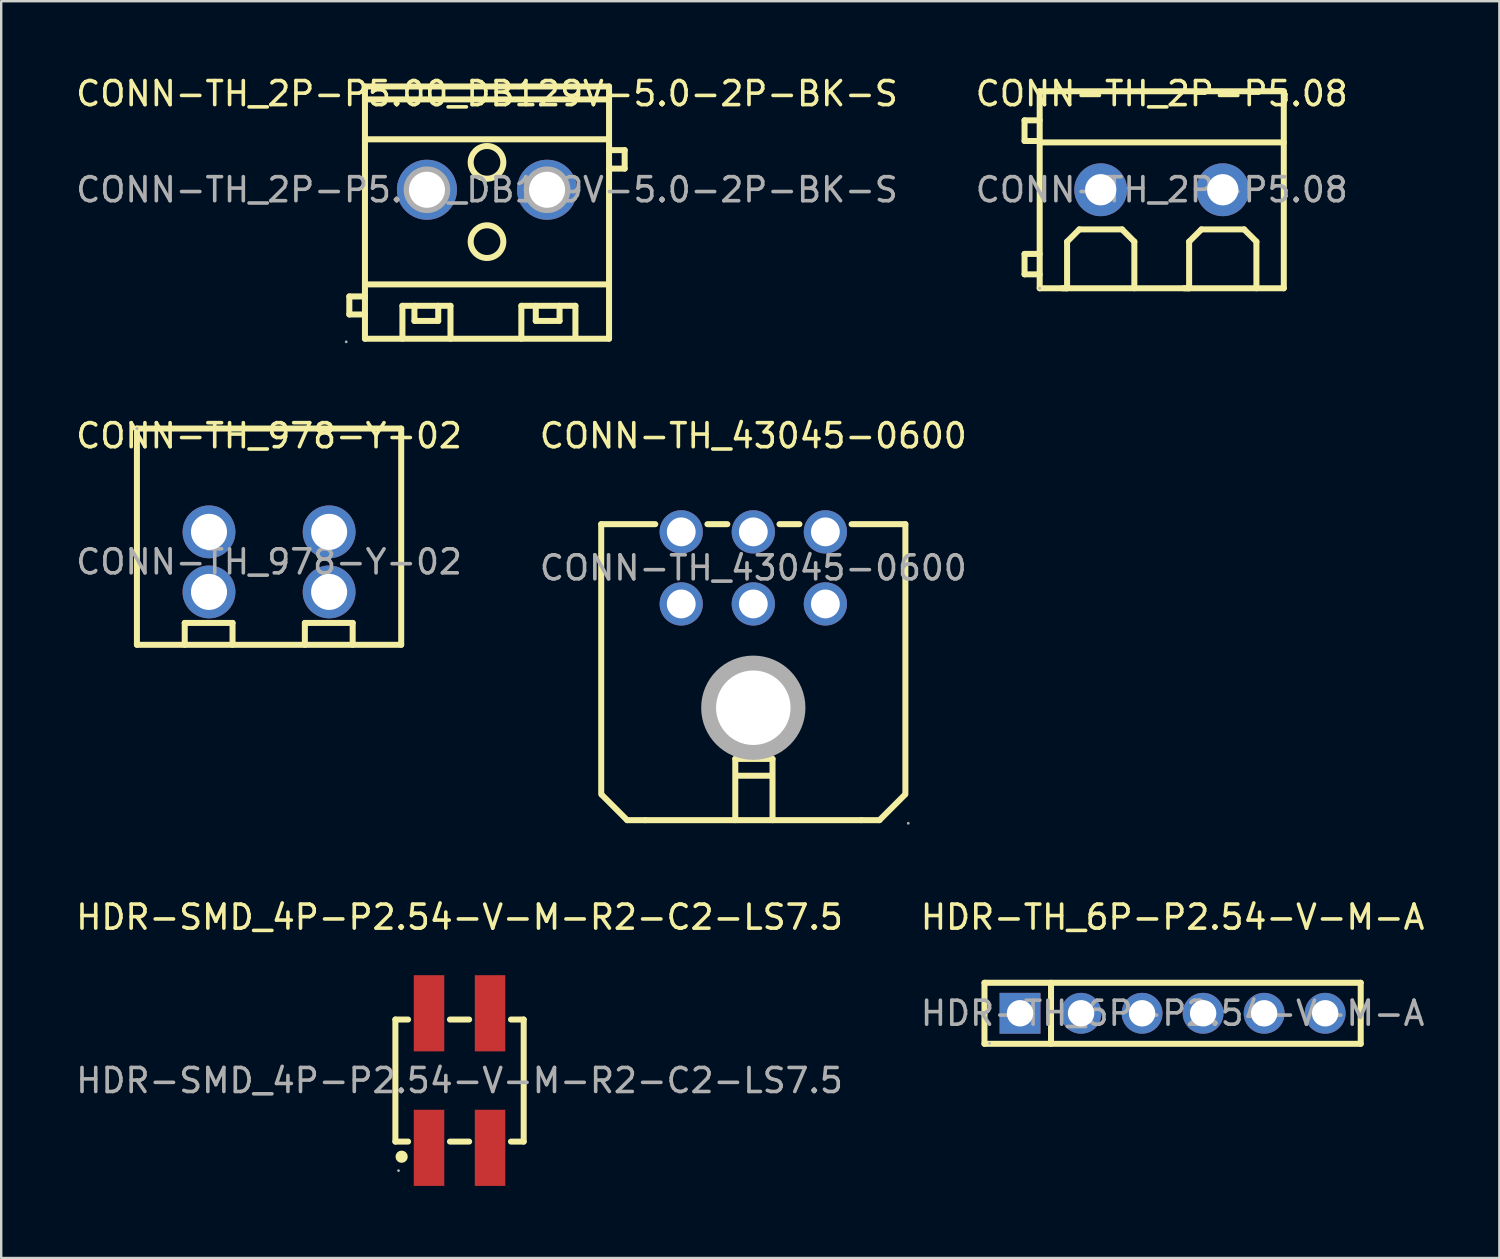
<source format=kicad_pcb>
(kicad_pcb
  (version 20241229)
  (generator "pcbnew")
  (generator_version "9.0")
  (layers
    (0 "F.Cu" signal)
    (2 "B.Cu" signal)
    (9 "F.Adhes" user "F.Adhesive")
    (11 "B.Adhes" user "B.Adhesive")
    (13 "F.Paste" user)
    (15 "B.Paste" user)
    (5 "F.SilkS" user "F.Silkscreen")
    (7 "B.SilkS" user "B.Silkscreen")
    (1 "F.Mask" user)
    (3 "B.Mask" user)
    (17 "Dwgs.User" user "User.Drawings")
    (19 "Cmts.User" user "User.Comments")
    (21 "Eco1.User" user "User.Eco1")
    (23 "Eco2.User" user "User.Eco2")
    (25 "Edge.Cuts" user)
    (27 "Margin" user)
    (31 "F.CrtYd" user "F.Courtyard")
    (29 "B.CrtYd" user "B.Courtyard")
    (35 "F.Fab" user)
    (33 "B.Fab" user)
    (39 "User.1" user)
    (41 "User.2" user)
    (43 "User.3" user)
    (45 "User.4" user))
  (footprint "CONN-TH_978-Y-02"
    (layer "F.Cu")
    (at 8.149 20.337)
    (property "Reference" "CONN-TH_978-Y-02" (at 0 -5.25 0) (layer "F.SilkS") (effects (font (size 1 1) (thickness 0.15))))
    (attr through_hole)
    (fp_line (start -5.5 -5.55) (end -5.5 3.45) (stroke (width 0.25) (type solid)) (layer "F.SilkS"))
    (fp_line (start -3.51 2.54) (end -1.52 2.54) (stroke (width 0.25) (type solid)) (layer "F.SilkS"))
    (fp_line (start -3.51 3.45) (end -3.51 2.54) (stroke (width 0.25) (type solid)) (layer "F.SilkS"))
    (fp_line (start -1.52 2.54) (end -1.52 3.45) (stroke (width 0.25) (type solid)) (layer "F.SilkS"))
    (fp_line (start 1.49 2.54) (end 3.48 2.54) (stroke (width 0.25) (type solid)) (layer "F.SilkS"))
    (fp_line (start 1.49 3.45) (end 1.49 2.54) (stroke (width 0.25) (type solid)) (layer "F.SilkS"))
    (fp_line (start 3.48 2.54) (end 3.48 3.45) (stroke (width 0.25) (type solid)) (layer "F.SilkS"))
    (fp_line (start 5.5 -5.55) (end -5.5 -5.55) (stroke (width 0.25) (type solid)) (layer "F.SilkS"))
    (fp_line (start 5.5 -5.55) (end 5.5 3.45) (stroke (width 0.25) (type solid)) (layer "F.SilkS"))
    (fp_line (start 5.5 3.45) (end -5.5 3.45) (stroke (width 0.25) (type solid)) (layer "F.SilkS"))
    (fp_circle (center -5.5 -5.55) (end -5.47 -5.55) (stroke (width 0.06) (type solid)) (fill no) (layer "F.Fab"))
    (fp_circle (center -2.5 -1.25) (end -2.25 -1.25) (stroke (width 0.5) (type solid)) (fill no) (layer "F.Fab"))
    (fp_circle (center -2.5 1.25) (end -2.25 1.25) (stroke (width 0.5) (type solid)) (fill no) (layer "F.Fab"))
    (fp_circle (center 2.5 -1.25) (end 2.75 -1.25) (stroke (width 0.5) (type solid)) (fill no) (layer "F.Fab"))
    (fp_circle (center 2.5 1.25) (end 2.75 1.25) (stroke (width 0.5) (type solid)) (fill no) (layer "F.Fab"))
    (fp_text user "${REFERENCE}" (at 0 0 0) (layer "F.Fab") (effects (font (size 1 1) (thickness 0.15))))
    (pad "1" thru_hole circle (at -2.5 -1.25) (size 2.2 2.2) (drill 1.5) (layers "*.Cu" "*.Mask"))
    (pad "1" thru_hole circle (at -2.5 1.25) (size 2.2 2.2) (drill 1.5) (layers "*.Cu" "*.Mask"))
    (pad "2" thru_hole circle (at 2.5 -1.25) (size 2.2 2.2) (drill 1.5) (layers "*.Cu" "*.Mask"))
    (pad "2" thru_hole circle (at 2.5 1.25) (size 2.2 2.2) (drill 1.5) (layers "*.Cu" "*.Mask")))
  (footprint "CONN-TH_2P-P5.08"
    (layer "F.Cu")
    (at 45.304 4.848)
    (property "Reference" "CONN-TH_2P-P5.08" (at 0 -4 0) (layer "F.SilkS") (effects (font (size 1 1) (thickness 0.15))))
    (attr through_hole)
    (fp_line (start -5.71 -2.89) (end -5.71 -2.03) (stroke (width 0.25) (type solid)) (layer "F.SilkS"))
    (fp_line (start -5.71 -2.03) (end -5.08 -2.03) (stroke (width 0.25) (type solid)) (layer "F.SilkS"))
    (fp_line (start -5.71 2.67) (end -5.71 3.52) (stroke (width 0.25) (type solid)) (layer "F.SilkS"))
    (fp_line (start -5.71 3.52) (end -5.08 3.52) (stroke (width 0.25) (type solid)) (layer "F.SilkS"))
    (fp_line (start -5.08 -4.1) (end -5.08 4.1) (stroke (width 0.25) (type solid)) (layer "F.SilkS"))
    (fp_line (start -5.08 -4.1) (end 5.08 -4.1) (stroke (width 0.25) (type solid)) (layer "F.SilkS"))
    (fp_line (start -5.08 -2.89) (end -5.71 -2.89) (stroke (width 0.25) (type solid)) (layer "F.SilkS"))
    (fp_line (start -5.08 -1.97) (end 5.08 -1.97) (stroke (width 0.25) (type solid)) (layer "F.SilkS"))
    (fp_line (start -5.08 2.67) (end -5.71 2.67) (stroke (width 0.25) (type solid)) (layer "F.SilkS"))
    (fp_line (start -5.08 4.1) (end 5.08 4.1) (stroke (width 0.25) (type solid)) (layer "F.SilkS"))
    (fp_line (start -4.15 4.1) (end -3.94 4.1) (stroke (width 0.25) (type solid)) (layer "F.SilkS"))
    (fp_line (start -3.94 2.16) (end -3.43 1.65) (stroke (width 0.25) (type solid)) (layer "F.SilkS"))
    (fp_line (start -3.94 4.1) (end -3.94 2.16) (stroke (width 0.25) (type solid)) (layer "F.SilkS"))
    (fp_line (start -3.43 1.65) (end -1.65 1.65) (stroke (width 0.25) (type solid)) (layer "F.SilkS"))
    (fp_line (start -1.65 1.65) (end -1.14 2.16) (stroke (width 0.25) (type solid)) (layer "F.SilkS"))
    (fp_line (start -1.14 2.16) (end -1.14 4.1) (stroke (width 0.25) (type solid)) (layer "F.SilkS"))
    (fp_line (start 0.93 4.1) (end 1.14 4.1) (stroke (width 0.25) (type solid)) (layer "F.SilkS"))
    (fp_line (start 1.14 2.16) (end 1.65 1.65) (stroke (width 0.25) (type solid)) (layer "F.SilkS"))
    (fp_line (start 1.14 4.1) (end 1.14 2.16) (stroke (width 0.25) (type solid)) (layer "F.SilkS"))
    (fp_line (start 1.65 1.65) (end 3.43 1.65) (stroke (width 0.25) (type solid)) (layer "F.SilkS"))
    (fp_line (start 3.43 1.65) (end 3.94 2.16) (stroke (width 0.25) (type solid)) (layer "F.SilkS"))
    (fp_line (start 3.94 2.16) (end 3.94 4.1) (stroke (width 0.25) (type solid)) (layer "F.SilkS"))
    (fp_line (start 5.08 -4.1) (end 5.08 4.1) (stroke (width 0.25) (type solid)) (layer "F.SilkS"))
    (fp_circle (center -5.08 4.1) (end -5.05 4.1) (stroke (width 0.06) (type solid)) (fill no) (layer "F.Fab"))
    (fp_text user "${REFERENCE}" (at 0 0 0) (layer "F.Fab") (effects (font (size 1 1) (thickness 0.15))))
    (pad "1" thru_hole circle (at -2.54 0) (size 2.2 2.2) (drill 1.3) (layers "*.Cu" "*.Mask"))
    (pad "2" thru_hole circle (at 2.54 0) (size 2.2 2.2) (drill 1.3) (layers "*.Cu" "*.Mask")))
  (footprint "HDR-SMD_4P-P2.54-V-M-R2-C2-LS7.5"
    (layer "F.Cu")
    (at 16.077 41.925)
    (property "Reference" "HDR-SMD_4P-P2.54-V-M-R2-C2-LS7.5" (at 0 -6.8 0) (layer "F.SilkS") (effects (font (size 1 1) (thickness 0.15))))
    (attr smd)
    (fp_line (start -2.67 -2.54) (end -2.67 2.54) (stroke (width 0.25) (type solid)) (layer "F.SilkS"))
    (fp_line (start -2.67 -2.54) (end -2.14 -2.54) (stroke (width 0.25) (type solid)) (layer "F.SilkS"))
    (fp_line (start -2.67 2.54) (end -2.14 2.54) (stroke (width 0.25) (type solid)) (layer "F.SilkS"))
    (fp_line (start -0.4 -2.54) (end 0.4 -2.54) (stroke (width 0.25) (type solid)) (layer "F.SilkS"))
    (fp_line (start -0.4 2.54) (end 0.4 2.54) (stroke (width 0.25) (type solid)) (layer "F.SilkS"))
    (fp_line (start 2.14 -2.54) (end 2.67 -2.54) (stroke (width 0.25) (type solid)) (layer "F.SilkS"))
    (fp_line (start 2.14 2.54) (end 2.67 2.54) (stroke (width 0.25) (type solid)) (layer "F.SilkS"))
    (fp_line (start 2.67 -2.54) (end 2.67 2.54) (stroke (width 0.25) (type solid)) (layer "F.SilkS"))
    (fp_circle (center -2.41 3.17) (end -2.28 3.17) (stroke (width 0.25) (type solid)) (fill no) (layer "F.SilkS"))
    (fp_circle (center -2.54 3.75) (end -2.51 3.75) (stroke (width 0.06) (type solid)) (fill no) (layer "F.Fab"))
    (fp_text user "${REFERENCE}" (at 0 0 0) (layer "F.Fab") (effects (font (size 1 1) (thickness 0.15))))
    (pad "1" smd rect (at -1.27 2.8) (size 1.27 3.17) (layers "F.Cu" "F.Mask" "F.Paste"))
    (pad "2" smd rect (at -1.27 -2.8) (size 1.27 3.17) (layers "F.Cu" "F.Mask" "F.Paste"))
    (pad "3" smd rect (at 1.27 2.8) (size 1.27 3.17) (layers "F.Cu" "F.Mask" "F.Paste"))
    (pad "4" smd rect (at 1.27 -2.8) (size 1.27 3.17) (layers "F.Cu" "F.Mask" "F.Paste")))
  (footprint "CONN-TH_43045-0600"
    (layer "F.Cu")
    (at 28.304 20.587)
    (property "Reference" "CONN-TH_43045-0600" (at 0 -5.5 0) (layer "F.SilkS") (effects (font (size 1 1) (thickness 0.15))))
    (attr through_hole)
    (fp_line (start -6.33 -1.82) (end -4.08 -1.82) (stroke (width 0.25) (type solid)) (layer "F.SilkS"))
    (fp_line (start -6.33 9.42) (end -6.33 -1.82) (stroke (width 0.25) (type solid)) (layer "F.SilkS"))
    (fp_line (start -6.3 9.45) (end -5.25 10.5) (stroke (width 0.25) (type solid)) (layer "F.SilkS"))
    (fp_line (start -5.25 10.5) (end -4.5 10.5) (stroke (width 0.25) (type solid)) (layer "F.SilkS"))
    (fp_line (start -4.5 10.5) (end 4.5 10.5) (stroke (width 0.25) (type solid)) (layer "F.SilkS"))
    (fp_line (start -1.91 -1.82) (end -1.08 -1.82) (stroke (width 0.25) (type solid)) (layer "F.SilkS"))
    (fp_line (start -0.75 7.95) (end -0.75 10.5) (stroke (width 0.25) (type solid)) (layer "F.SilkS"))
    (fp_line (start -0.75 7.95) (end 0.8 7.95) (stroke (width 0.25) (type solid)) (layer "F.SilkS"))
    (fp_line (start -0.7 8.65) (end 0.75 8.65) (stroke (width 0.25) (type solid)) (layer "F.SilkS"))
    (fp_line (start 0.8 7.95) (end 0.8 10.5) (stroke (width 0.25) (type solid)) (layer "F.SilkS"))
    (fp_line (start 1.09 -1.82) (end 1.92 -1.82) (stroke (width 0.25) (type solid)) (layer "F.SilkS"))
    (fp_line (start 4.09 -1.82) (end 6.33 -1.82) (stroke (width 0.25) (type solid)) (layer "F.SilkS"))
    (fp_line (start 5.25 10.5) (end 4.5 10.5) (stroke (width 0.25) (type solid)) (layer "F.SilkS"))
    (fp_line (start 6.3 9.45) (end 5.25 10.5) (stroke (width 0.25) (type solid)) (layer "F.SilkS"))
    (fp_line (start 6.33 9.42) (end 6.33 -1.82) (stroke (width 0.25) (type solid)) (layer "F.SilkS"))
    (fp_circle (center -3 -1.5) (end -2.75 -1.5) (stroke (width 0.5) (type solid)) (fill no) (layer "F.Fab"))
    (fp_circle (center -3 1.5) (end -2.75 1.5) (stroke (width 0.5) (type solid)) (fill no) (layer "F.Fab"))
    (fp_circle (center 0 -1.5) (end 0.25 -1.5) (stroke (width 0.5) (type solid)) (fill no) (layer "F.Fab"))
    (fp_circle (center 0 1.5) (end 0.25 1.5) (stroke (width 0.5) (type solid)) (fill no) (layer "F.Fab"))
    (fp_circle (center 0 5.82) (end 0.72 5.82) (stroke (width 1.45) (type solid)) (fill no) (layer "F.Fab"))
    (fp_circle (center 3 -1.5) (end 3.25 -1.5) (stroke (width 0.5) (type solid)) (fill no) (layer "F.Fab"))
    (fp_circle (center 3 1.5) (end 3.25 1.5) (stroke (width 0.5) (type solid)) (fill no) (layer "F.Fab"))
    (fp_circle (center 6.45 10.63) (end 6.48 10.63) (stroke (width 0.06) (type solid)) (fill no) (layer "F.Fab"))
    (fp_text user "${REFERENCE}" (at 0 0 0) (layer "F.Fab") (effects (font (size 1 1) (thickness 0.15))))
    (pad "" thru_hole circle (at 0 5.82) (size 3.1 3.1) (drill 3.1) (layers "*.Cu" "*.Mask"))
    (pad "1" thru_hole circle (at 3 1.5) (size 1.8 1.8) (drill 1.2) (layers "*.Cu" "*.Mask"))
    (pad "2" thru_hole circle (at 0 1.5) (size 1.8 1.8) (drill 1.2) (layers "*.Cu" "*.Mask"))
    (pad "3" thru_hole circle (at -3 1.5) (size 1.8 1.8) (drill 1.2) (layers "*.Cu" "*.Mask"))
    (pad "4" thru_hole circle (at 3 -1.5) (size 1.8 1.8) (drill 1.2) (layers "*.Cu" "*.Mask"))
    (pad "5" thru_hole circle (at 0 -1.5) (size 1.8 1.8) (drill 1.2) (layers "*.Cu" "*.Mask"))
    (pad "6" thru_hole circle (at -3 -1.5) (size 1.8 1.8) (drill 1.2) (layers "*.Cu" "*.Mask")))
  (footprint "CONN-TH_2P-P5.00_DB129V-5.0-2P-BK-S"
    (layer "F.Cu")
    (at 17.22 4.848)
    (property "Reference" "CONN-TH_2P-P5.00_DB129V-5.0-2P-BK-S" (at 0 -4 0) (layer "F.SilkS") (effects (font (size 1 1) (thickness 0.15))))
    (attr through_hole)
    (fp_line (start -5.73 4.44) (end -5.73 5.19) (stroke (width 0.25) (type solid)) (layer "F.SilkS"))
    (fp_line (start -5.73 5.19) (end -5.08 5.19) (stroke (width 0.25) (type solid)) (layer "F.SilkS"))
    (fp_line (start -5.08 -4.3) (end -5.08 6.2) (stroke (width 0.25) (type solid)) (layer "F.SilkS"))
    (fp_line (start -5.08 -4.3) (end 5.08 -4.3) (stroke (width 0.25) (type solid)) (layer "F.SilkS"))
    (fp_line (start -5.08 -3.76) (end 5.08 -3.76) (stroke (width 0.25) (type solid)) (layer "F.SilkS"))
    (fp_line (start -5.08 -2.1) (end 5.08 -2.1) (stroke (width 0.25) (type solid)) (layer "F.SilkS"))
    (fp_line (start -5.08 3.94) (end 5.08 3.94) (stroke (width 0.25) (type solid)) (layer "F.SilkS"))
    (fp_line (start -5.08 4.44) (end -5.73 4.44) (stroke (width 0.25) (type solid)) (layer "F.SilkS"))
    (fp_line (start -5.08 6.2) (end 5.08 6.2) (stroke (width 0.25) (type solid)) (layer "F.SilkS"))
    (fp_line (start -3.52 4.83) (end -1.52 4.83) (stroke (width 0.25) (type solid)) (layer "F.SilkS"))
    (fp_line (start -3.52 6.2) (end -3.52 4.83) (stroke (width 0.25) (type solid)) (layer "F.SilkS"))
    (fp_line (start -3.02 4.83) (end -3.02 5.46) (stroke (width 0.25) (type solid)) (layer "F.SilkS"))
    (fp_line (start -3.02 5.46) (end -2.03 5.46) (stroke (width 0.25) (type solid)) (layer "F.SilkS"))
    (fp_line (start -2.03 5.46) (end -2.03 4.83) (stroke (width 0.25) (type solid)) (layer "F.SilkS"))
    (fp_line (start -1.52 4.83) (end -1.52 6.2) (stroke (width 0.25) (type solid)) (layer "F.SilkS"))
    (fp_line (start 1.43 4.83) (end 3.68 4.83) (stroke (width 0.25) (type solid)) (layer "F.SilkS"))
    (fp_line (start 1.43 6.2) (end 1.43 4.83) (stroke (width 0.25) (type solid)) (layer "F.SilkS"))
    (fp_line (start 2.03 4.83) (end 2.03 5.46) (stroke (width 0.25) (type solid)) (layer "F.SilkS"))
    (fp_line (start 2.03 5.46) (end 3.02 5.46) (stroke (width 0.25) (type solid)) (layer "F.SilkS"))
    (fp_line (start 3.02 5.46) (end 3.02 4.83) (stroke (width 0.25) (type solid)) (layer "F.SilkS"))
    (fp_line (start 3.68 4.83) (end 3.68 6.1) (stroke (width 0.25) (type solid)) (layer "F.SilkS"))
    (fp_line (start 5.08 -4.3) (end 5.08 6.2) (stroke (width 0.25) (type solid)) (layer "F.SilkS"))
    (fp_line (start 5.08 -1.65) (end 5.73 -1.65) (stroke (width 0.25) (type solid)) (layer "F.SilkS"))
    (fp_line (start 5.73 -1.65) (end 5.73 -0.88) (stroke (width 0.25) (type solid)) (layer "F.SilkS"))
    (fp_line (start 5.73 -0.88) (end 5.08 -0.88) (stroke (width 0.25) (type solid)) (layer "F.SilkS"))
    (fp_circle (center 0 -1.14) (end 0.68 -1.14) (stroke (width 0.25) (type solid)) (fill no) (layer "F.SilkS"))
    (fp_circle (center 0 2.16) (end 0.68 2.16) (stroke (width 0.25) (type solid)) (fill no) (layer "F.SilkS"))
    (fp_circle (center -5.86 6.33) (end -5.83 6.33) (stroke (width 0.06) (type solid)) (fill no) (layer "F.Fab"))
    (fp_circle (center -2.5 0) (end -2.18 0) (stroke (width 0.65) (type solid)) (fill no) (layer "F.Fab"))
    (fp_circle (center 2.5 0) (end 2.82 0) (stroke (width 0.65) (type solid)) (fill no) (layer "F.Fab"))
    (fp_text user "${REFERENCE}" (at 0 0 0) (layer "F.Fab") (effects (font (size 1 1) (thickness 0.15))))
    (pad "1" thru_hole circle (at -2.5 0) (size 2.5 2.5) (drill 1.5) (layers "*.Cu" "*.Mask"))
    (pad "2" thru_hole circle (at 2.5 0) (size 2.5 2.5) (drill 1.5) (layers "*.Cu" "*.Mask")))
  (footprint "HDR-TH_6P-P2.54-V-M-A"
    (layer "F.Cu")
    (at 45.756 39.125)
    (property "Reference" "HDR-TH_6P-P2.54-V-M-A" (at 0 -4 0) (layer "F.SilkS") (effects (font (size 1 1) (thickness 0.15))))
    (attr through_hole)
    (fp_line (start -7.83 -1.27) (end -7.83 1.27) (stroke (width 0.25) (type solid)) (layer "F.SilkS"))
    (fp_line (start -7.83 -1.27) (end 7.83 -1.27) (stroke (width 0.25) (type solid)) (layer "F.SilkS"))
    (fp_line (start -7.83 1.27) (end 7.83 1.27) (stroke (width 0.25) (type solid)) (layer "F.SilkS"))
    (fp_line (start -5.06 -1.27) (end -5.06 1.27) (stroke (width 0.25) (type solid)) (layer "F.SilkS"))
    (fp_line (start 7.83 -1.27) (end 7.83 1.27) (stroke (width 0.25) (type solid)) (layer "F.SilkS"))
    (fp_circle (center -7.62 1.25) (end -7.59 1.25) (stroke (width 0.06) (type solid)) (fill no) (layer "F.Fab"))
    (fp_text user "${REFERENCE}" (at 0 0 0) (layer "F.Fab") (effects (font (size 1 1) (thickness 0.15))))
    (pad "1" thru_hole rect (at -6.35 0) (size 1.7 1.7) (drill 1.1) (layers "*.Cu" "*.Mask"))
    (pad "2" thru_hole circle (at -3.81 0) (size 1.7 1.7) (drill 1.1) (layers "*.Cu" "*.Mask"))
    (pad "3" thru_hole circle (at -1.27 0) (size 1.7 1.7) (drill 1.1) (layers "*.Cu" "*.Mask"))
    (pad "4" thru_hole circle (at 1.27 0) (size 1.7 1.7) (drill 1.1) (layers "*.Cu" "*.Mask"))
    (pad "5" thru_hole circle (at 3.81 0) (size 1.7 1.7) (drill 1.1) (layers "*.Cu" "*.Mask"))
    (pad "6" thru_hole circle (at 6.35 0) (size 1.7 1.7) (drill 1.1) (layers "*.Cu" "*.Mask")))
  (gr_rect
    (start -3 -3)
    (end 59.357 49.31)
    (stroke (width 0.1) (type default))
    (fill no)
    (layer "Edge.Cuts")))
</source>
